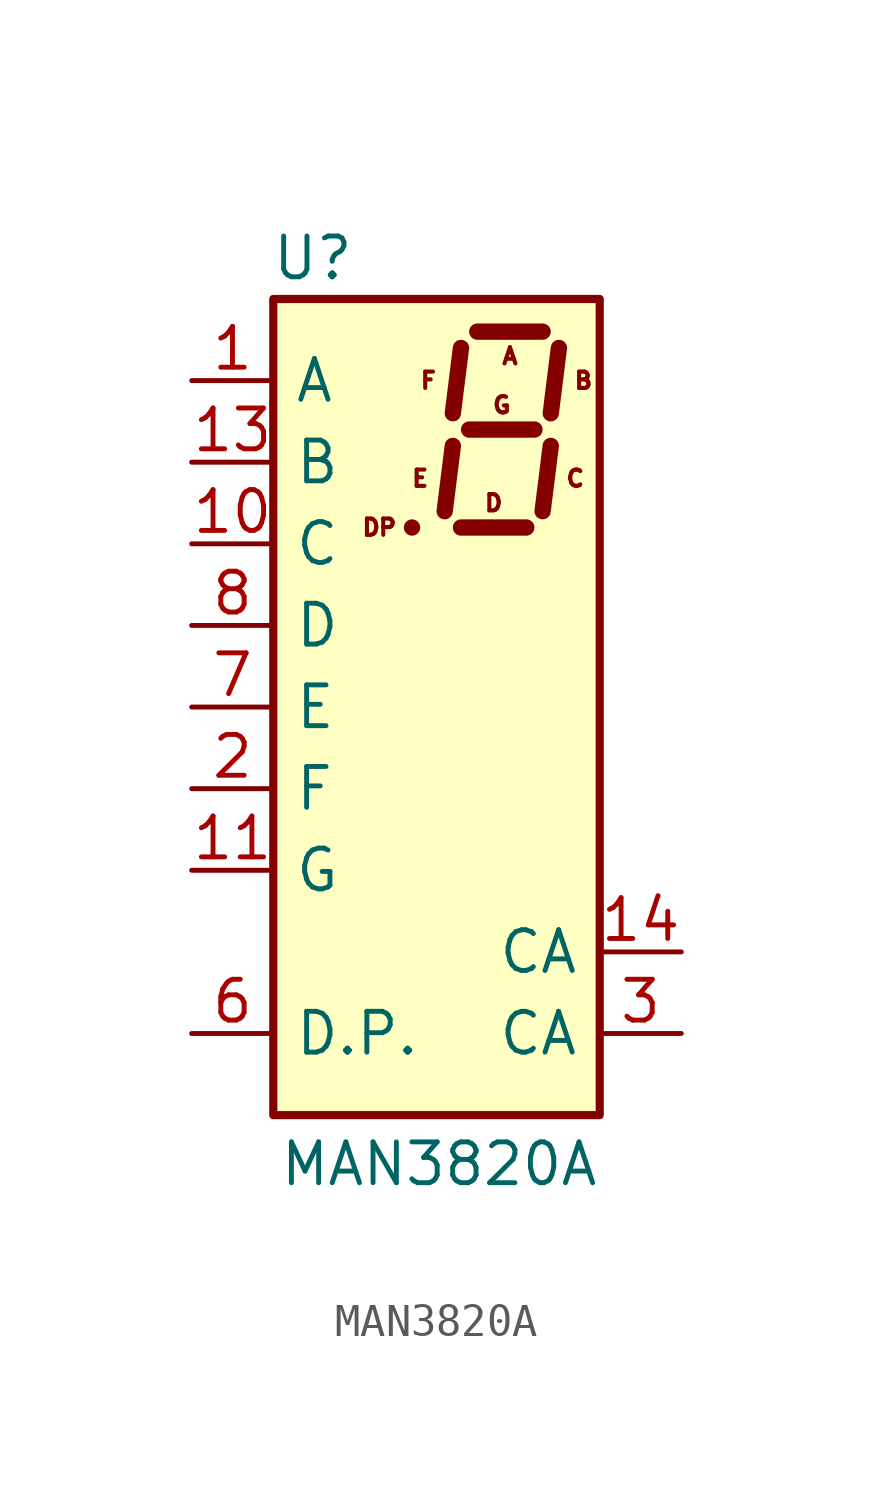
<source format=kicad_sym>
(kicad_symbol_lib
  (version 20231120)
  (generator "kicad_symbol_editor")
  (generator_version "8.0")
  (symbol "MAN3820A"
    (pin_names
      (offset 0.635))
    (property "Reference" "U"
      (at -2.54 13.97 0)
      (effects (font (size 1.27 1.27)) (justify right)))
    (property "Value" "MAN3820A"
      (at 5.08 -14.224 0)
      (effects (font (size 1.27 1.27)) (justify right)))
    (symbol "MAN3820A_0_0"
      (text "A" (at 2.286 10.922 0) (effects (font (size 0.508 0.508))))
      (text "B" (at 4.572 10.16 0) (effects (font (size 0.508 0.508))))
      (text "C" (at 4.318 7.112 0) (effects (font (size 0.508 0.508))))
      (text "D" (at 1.778 6.35 0) (effects (font (size 0.508 0.508))))
      (text "DP" (at -1.778 5.588 0) (effects (font (size 0.508 0.508))))
      (text "E" (at -0.508 7.112 0) (effects (font (size 0.508 0.508))))
      (text "F" (at -0.254 10.16 0) (effects (font (size 0.508 0.508))))
      (text "G" (at 2.032 9.398 0) (effects (font (size 0.508 0.508)))))
    (symbol "MAN3820A_0_1"
      (rectangle (start -5.08 12.7) (end 5.08 -12.7) (stroke (width 0.254) (type default)) (fill (type background)))
      (polyline (pts (xy -0.762 5.588) (xy -0.762 5.588)) (stroke (width 0.508) (type default)) (fill (type none)))
      (polyline (pts (xy 0.508 8.128) (xy 0.254 6.096)) (stroke (width 0.508) (type default)) (fill (type none)))
      (polyline (pts (xy 0.762 5.588) (xy 2.794 5.588)) (stroke (width 0.508) (type default)) (fill (type none)))
      (polyline (pts (xy 0.762 11.176) (xy 0.508 9.144)) (stroke (width 0.508) (type default)) (fill (type none)))
      (polyline (pts (xy 1.016 8.636) (xy 3.048 8.636)) (stroke (width 0.508) (type default)) (fill (type none)))
      (polyline (pts (xy 1.27 11.684) (xy 3.302 11.684)) (stroke (width 0.508) (type default)) (fill (type none)))
      (polyline (pts (xy 3.556 8.128) (xy 3.302 6.096)) (stroke (width 0.508) (type default)) (fill (type none)))
      (polyline (pts (xy 3.81 11.176) (xy 3.556 9.144)) (stroke (width 0.508) (type default)) (fill (type none))))
    (symbol "MAN3820A_1_1"
      (pin input line (at -7.62 10.16 0) (length 2.54) (name "A" (effects (font (size 1.27 1.27)))) (number "1" (effects (font (size 1.27 1.27)))))
      (pin input line (at -7.62 5.08 0) (length 2.54) (name "C" (effects (font (size 1.27 1.27)))) (number "10" (effects (font (size 1.27 1.27)))))
      (pin input line (at -7.62 -5.08 0) (length 2.54) (name "G" (effects (font (size 1.27 1.27)))) (number "11" (effects (font (size 1.27 1.27)))))
      (pin no_connect line (at 7.62 -5.08 180) (length 2.54) hide (name "NC" (effects (font (size 1.27 1.27)))) (number "12" (effects (font (size 1.27 1.27)))))
      (pin input line (at -7.62 7.62 0) (length 2.54) (name "B" (effects (font (size 1.27 1.27)))) (number "13" (effects (font (size 1.27 1.27)))))
      (pin input line (at 7.62 -7.62 180) (length 2.54) (name "CA" (effects (font (size 1.27 1.27)))) (number "14" (effects (font (size 1.27 1.27)))))
      (pin input line (at -7.62 -2.54 0) (length 2.54) (name "F" (effects (font (size 1.27 1.27)))) (number "2" (effects (font (size 1.27 1.27)))))
      (pin input line (at 7.62 -10.16 180) (length 2.54) (name "CA" (effects (font (size 1.27 1.27)))) (number "3" (effects (font (size 1.27 1.27)))))
      (pin no_connect line (at 7.62 2.54 180) (length 2.54) hide (name "NC" (effects (font (size 1.27 1.27)))) (number "4" (effects (font (size 1.27 1.27)))))
      (pin no_connect line (at 7.62 0 180) (length 2.54) hide (name "NC" (effects (font (size 1.27 1.27)))) (number "5" (effects (font (size 1.27 1.27)))))
      (pin input line (at -7.62 -10.16 0) (length 2.54) (name "D.P." (effects (font (size 1.27 1.27)))) (number "6" (effects (font (size 1.27 1.27)))))
      (pin input line (at -7.62 0 0) (length 2.54) (name "E" (effects (font (size 1.27 1.27)))) (number "7" (effects (font (size 1.27 1.27)))))
      (pin input line (at -7.62 2.54 0) (length 2.54) (name "D" (effects (font (size 1.27 1.27)))) (number "8" (effects (font (size 1.27 1.27)))))
      (pin no_connect line (at 7.62 -2.54 180) (length 2.54) hide (name "NC" (effects (font (size 1.27 1.27)))) (number "9" (effects (font (size 1.27 1.27))))))))
</source>
